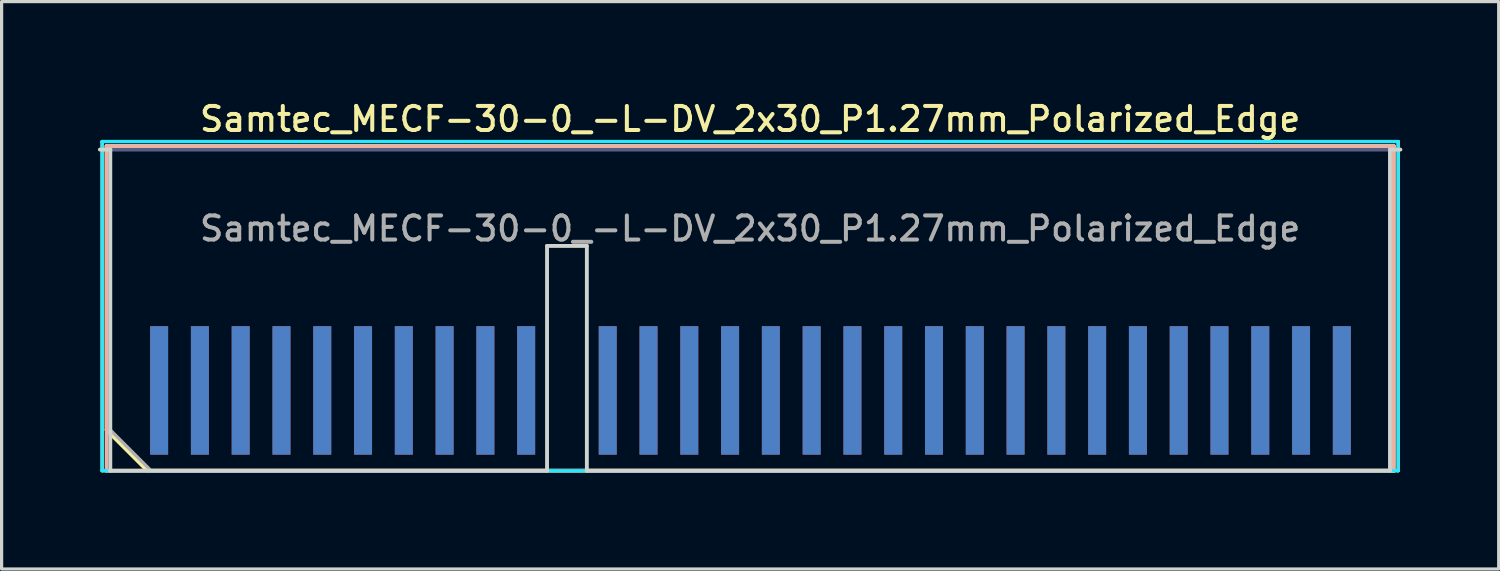
<source format=kicad_pcb>
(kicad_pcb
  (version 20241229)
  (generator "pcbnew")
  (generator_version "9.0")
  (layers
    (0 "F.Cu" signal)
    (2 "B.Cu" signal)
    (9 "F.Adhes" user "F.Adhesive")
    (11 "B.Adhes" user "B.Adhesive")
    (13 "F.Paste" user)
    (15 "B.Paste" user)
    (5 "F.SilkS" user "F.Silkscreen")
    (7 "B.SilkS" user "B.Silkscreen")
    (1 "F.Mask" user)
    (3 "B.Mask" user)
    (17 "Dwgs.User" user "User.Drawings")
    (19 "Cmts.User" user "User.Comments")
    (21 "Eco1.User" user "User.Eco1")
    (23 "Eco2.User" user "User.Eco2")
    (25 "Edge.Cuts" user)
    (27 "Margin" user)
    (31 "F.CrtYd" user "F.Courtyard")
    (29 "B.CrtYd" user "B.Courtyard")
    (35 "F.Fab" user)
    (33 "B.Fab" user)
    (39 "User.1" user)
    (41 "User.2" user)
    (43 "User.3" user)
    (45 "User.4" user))
  (footprint "Samtec_MECF-30-0_-L-DV_2x30_P1.27mm_Polarized_Edge"
    (layer "F.Cu")
    (at 20.31 6.608)
    (property "Reference" "Samtec_MECF-30-0_-L-DV_2x30_P1.27mm_Polarized_Edge" (at 0 -5.95 0) (layer "F.SilkS") (effects (font (size 0.75 0.75) (thickness 0.125))))
    (attr exclude_from_pos_files exclude_from_bom)
    (fp_line (start -20.18 -5.25) (end -20.18 5) (stroke (width 0.1) (type solid)) (layer "F.SilkS"))
    (fp_line (start -20.18 5) (end 20.18 5) (stroke (width 0.1) (type solid)) (layer "F.SilkS"))
    (fp_line (start -20.04 -5.11) (end 20.04 -5.11) (stroke (width 0.12) (type solid)) (layer "F.SilkS"))
    (fp_line (start -20.04 3.73) (end -20.04 -5.11) (stroke (width 0.12) (type solid)) (layer "F.SilkS"))
    (fp_line (start -18.77 5) (end -20.04 3.73) (stroke (width 0.12) (type solid)) (layer "F.SilkS"))
    (fp_line (start -18.77 5) (end 20.04 5) (stroke (width 0.12) (type solid)) (layer "F.SilkS"))
    (fp_line (start 20.04 5) (end 20.04 -5.11) (stroke (width 0.12) (type solid)) (layer "F.SilkS"))
    (fp_line (start 20.18 -5.25) (end -20.18 -5.25) (stroke (width 0.1) (type solid)) (layer "F.SilkS"))
    (fp_line (start 20.18 5) (end 20.18 -5.25) (stroke (width 0.1) (type solid)) (layer "F.SilkS"))
    (fp_line (start -20.04 -5.11) (end 20.04 -5.11) (stroke (width 0.12) (type solid)) (layer "B.SilkS"))
    (fp_line (start -20.04 5) (end -20.04 -5.11) (stroke (width 0.12) (type solid)) (layer "B.SilkS"))
    (fp_line (start -20.04 5) (end 20.04 5) (stroke (width 0.12) (type solid)) (layer "B.SilkS"))
    (fp_line (start 20.04 5) (end 20.04 -5.11) (stroke (width 0.12) (type solid)) (layer "B.SilkS"))
    (fp_line (start -20.25 -5) (end -19.925 -5) (stroke (width 0.12) (type solid)) (layer "Edge.Cuts"))
    (fp_line (start -19.925 5) (end -19.925 -5) (stroke (width 0.12) (type solid)) (layer "Edge.Cuts"))
    (fp_line (start -19.925 5) (end -6.325 5) (stroke (width 0.12) (type solid)) (layer "Edge.Cuts"))
    (fp_line (start -6.325 -2) (end -5.085 -2) (stroke (width 0.12) (type solid)) (layer "Edge.Cuts"))
    (fp_line (start -6.325 5) (end -6.325 -2) (stroke (width 0.12) (type solid)) (layer "Edge.Cuts"))
    (fp_line (start -5.085 5) (end -5.085 -2) (stroke (width 0.12) (type solid)) (layer "Edge.Cuts"))
    (fp_line (start -5.085 5) (end 19.925 5) (stroke (width 0.12) (type solid)) (layer "Edge.Cuts"))
    (fp_line (start 19.925 5) (end 19.925 -5) (stroke (width 0.12) (type solid)) (layer "Edge.Cuts"))
    (fp_line (start 20.25 -5) (end 19.925 -5) (stroke (width 0.12) (type solid)) (layer "Edge.Cuts"))
    (fp_line (start -20.18 -5.25) (end -20.18 5) (stroke (width 0.1) (type solid)) (layer "B.CrtYd"))
    (fp_line (start -20.18 5) (end 20.18 5) (stroke (width 0.1) (type solid)) (layer "B.CrtYd"))
    (fp_line (start 20.18 -5.25) (end -20.18 -5.25) (stroke (width 0.1) (type solid)) (layer "B.CrtYd"))
    (fp_line (start 20.18 5) (end 20.18 -5.25) (stroke (width 0.1) (type solid)) (layer "B.CrtYd"))
    (fp_line (start -19.925 -5) (end 19.925 -5) (stroke (width 0.1) (type solid)) (layer "B.Fab"))
    (fp_line (start -19.925 5) (end -19.925 -5) (stroke (width 0.1) (type solid)) (layer "B.Fab"))
    (fp_line (start -19.925 5) (end 19.925 5) (stroke (width 0.1) (type solid)) (layer "B.Fab"))
    (fp_line (start 19.925 5) (end 19.925 -5) (stroke (width 0.1) (type solid)) (layer "B.Fab"))
    (fp_line (start -19.925 -5) (end 19.925 -5) (stroke (width 0.1) (type solid)) (layer "F.Fab"))
    (fp_line (start -19.925 3.73) (end -19.925 -5) (stroke (width 0.1) (type solid)) (layer "F.Fab"))
    (fp_line (start -19.925 3.73) (end -18.655 5) (stroke (width 0.1) (type solid)) (layer "F.Fab"))
    (fp_line (start -18.655 5) (end 19.925 5) (stroke (width 0.1) (type solid)) (layer "F.Fab"))
    (fp_line (start 19.925 5) (end 19.925 -5) (stroke (width 0.1) (type solid)) (layer "F.Fab"))
    (fp_text user "${REFERENCE}" (at 0 -2.54 0) (layer "F.Fab") (effects (font (size 0.75 0.75) (thickness 0.125))))
    (pad "1" connect rect (at -18.405 2.5) (size 0.56 4) (layers "F.Cu" "F.Mask"))
    (pad "2" connect rect (at -18.405 2.5) (size 0.56 4) (layers "B.Cu" "B.Mask"))
    (pad "3" connect rect (at -17.135 2.5) (size 0.56 4) (layers "F.Cu" "F.Mask"))
    (pad "4" connect rect (at -17.135 2.5) (size 0.56 4) (layers "B.Cu" "B.Mask"))
    (pad "5" connect rect (at -15.865 2.5) (size 0.56 4) (layers "F.Cu" "F.Mask"))
    (pad "6" connect rect (at -15.865 2.5) (size 0.56 4) (layers "B.Cu" "B.Mask"))
    (pad "7" connect rect (at -14.595 2.5) (size 0.56 4) (layers "F.Cu" "F.Mask"))
    (pad "8" connect rect (at -14.595 2.5) (size 0.56 4) (layers "B.Cu" "B.Mask"))
    (pad "9" connect rect (at -13.325 2.5) (size 0.56 4) (layers "F.Cu" "F.Mask"))
    (pad "10" connect rect (at -13.325 2.5) (size 0.56 4) (layers "B.Cu" "B.Mask"))
    (pad "11" connect rect (at -12.055 2.5) (size 0.56 4) (layers "F.Cu" "F.Mask"))
    (pad "12" connect rect (at -12.055 2.5) (size 0.56 4) (layers "B.Cu" "B.Mask"))
    (pad "13" connect rect (at -10.785 2.5) (size 0.56 4) (layers "F.Cu" "F.Mask"))
    (pad "14" connect rect (at -10.785 2.5) (size 0.56 4) (layers "B.Cu" "B.Mask"))
    (pad "15" connect rect (at -9.515 2.5) (size 0.56 4) (layers "F.Cu" "F.Mask"))
    (pad "16" connect rect (at -9.515 2.5) (size 0.56 4) (layers "B.Cu" "B.Mask"))
    (pad "17" connect rect (at -8.245 2.5) (size 0.56 4) (layers "F.Cu" "F.Mask"))
    (pad "18" connect rect (at -8.245 2.5) (size 0.56 4) (layers "B.Cu" "B.Mask"))
    (pad "19" connect rect (at -6.975 2.5) (size 0.56 4) (layers "F.Cu" "F.Mask"))
    (pad "20" connect rect (at -6.975 2.5) (size 0.56 4) (layers "B.Cu" "B.Mask"))
    (pad "23" connect rect (at -4.435 2.5) (size 0.56 4) (layers "F.Cu" "F.Mask"))
    (pad "24" connect rect (at -4.435 2.5) (size 0.56 4) (layers "B.Cu" "B.Mask"))
    (pad "25" connect rect (at -3.165 2.5) (size 0.56 4) (layers "F.Cu" "F.Mask"))
    (pad "26" connect rect (at -3.165 2.5) (size 0.56 4) (layers "B.Cu" "B.Mask"))
    (pad "27" connect rect (at -1.895 2.5) (size 0.56 4) (layers "F.Cu" "F.Mask"))
    (pad "28" connect rect (at -1.895 2.5) (size 0.56 4) (layers "B.Cu" "B.Mask"))
    (pad "29" connect rect (at -0.625 2.5) (size 0.56 4) (layers "F.Cu" "F.Mask"))
    (pad "30" connect rect (at -0.625 2.5) (size 0.56 4) (layers "B.Cu" "B.Mask"))
    (pad "31" connect rect (at 0.645 2.5) (size 0.56 4) (layers "F.Cu" "F.Mask"))
    (pad "32" connect rect (at 0.645 2.5) (size 0.56 4) (layers "B.Cu" "B.Mask"))
    (pad "33" connect rect (at 1.915 2.5) (size 0.56 4) (layers "F.Cu" "F.Mask"))
    (pad "34" connect rect (at 1.915 2.5) (size 0.56 4) (layers "B.Cu" "B.Mask"))
    (pad "35" connect rect (at 3.185 2.5) (size 0.56 4) (layers "F.Cu" "F.Mask"))
    (pad "36" connect rect (at 3.185 2.5) (size 0.56 4) (layers "B.Cu" "B.Mask"))
    (pad "37" connect rect (at 4.455 2.5) (size 0.56 4) (layers "F.Cu" "F.Mask"))
    (pad "38" connect rect (at 4.455 2.5) (size 0.56 4) (layers "B.Cu" "B.Mask"))
    (pad "39" connect rect (at 5.725 2.5) (size 0.56 4) (layers "F.Cu" "F.Mask"))
    (pad "40" connect rect (at 5.725 2.5) (size 0.56 4) (layers "B.Cu" "B.Mask"))
    (pad "41" connect rect (at 6.995 2.5) (size 0.56 4) (layers "F.Cu" "F.Mask"))
    (pad "42" connect rect (at 6.995 2.5) (size 0.56 4) (layers "B.Cu" "B.Mask"))
    (pad "43" connect rect (at 8.265 2.5) (size 0.56 4) (layers "F.Cu" "F.Mask"))
    (pad "44" connect rect (at 8.265 2.5) (size 0.56 4) (layers "B.Cu" "B.Mask"))
    (pad "45" connect rect (at 9.535 2.5) (size 0.56 4) (layers "F.Cu" "F.Mask"))
    (pad "46" connect rect (at 9.535 2.5) (size 0.56 4) (layers "B.Cu" "B.Mask"))
    (pad "47" connect rect (at 10.805 2.5) (size 0.56 4) (layers "F.Cu" "F.Mask"))
    (pad "48" connect rect (at 10.805 2.5) (size 0.56 4) (layers "B.Cu" "B.Mask"))
    (pad "49" connect rect (at 12.075 2.5) (size 0.56 4) (layers "F.Cu" "F.Mask"))
    (pad "50" connect rect (at 12.075 2.5) (size 0.56 4) (layers "B.Cu" "B.Mask"))
    (pad "51" connect rect (at 13.345 2.5) (size 0.56 4) (layers "F.Cu" "F.Mask"))
    (pad "52" connect rect (at 13.345 2.5) (size 0.56 4) (layers "B.Cu" "B.Mask"))
    (pad "53" connect rect (at 14.615 2.5) (size 0.56 4) (layers "F.Cu" "F.Mask"))
    (pad "54" connect rect (at 14.615 2.5) (size 0.56 4) (layers "B.Cu" "B.Mask"))
    (pad "55" connect rect (at 15.885 2.5) (size 0.56 4) (layers "F.Cu" "F.Mask"))
    (pad "56" connect rect (at 15.885 2.5) (size 0.56 4) (layers "B.Cu" "B.Mask"))
    (pad "57" connect rect (at 17.155 2.5) (size 0.56 4) (layers "F.Cu" "F.Mask"))
    (pad "58" connect rect (at 17.155 2.5) (size 0.56 4) (layers "B.Cu" "B.Mask"))
    (pad "59" connect rect (at 18.425 2.5) (size 0.56 4) (layers "F.Cu" "F.Mask"))
    (pad "60" connect rect (at 18.425 2.5) (size 0.56 4) (layers "B.Cu" "B.Mask")))
  (gr_rect
    (start -3 -3)
    (end 43.62 14.668)
    (stroke (width 0.1) (type default))
    (fill no)
    (layer "Edge.Cuts")))
</source>
